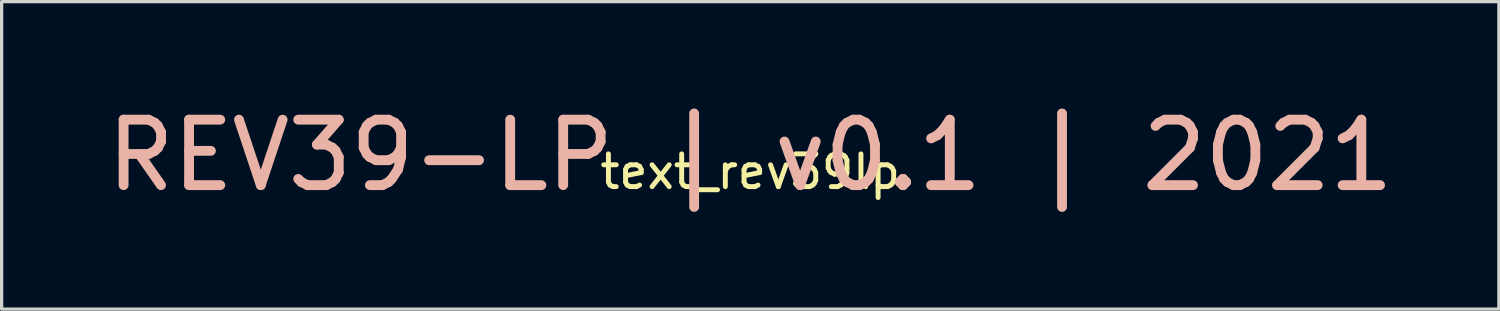
<source format=kicad_pcb>
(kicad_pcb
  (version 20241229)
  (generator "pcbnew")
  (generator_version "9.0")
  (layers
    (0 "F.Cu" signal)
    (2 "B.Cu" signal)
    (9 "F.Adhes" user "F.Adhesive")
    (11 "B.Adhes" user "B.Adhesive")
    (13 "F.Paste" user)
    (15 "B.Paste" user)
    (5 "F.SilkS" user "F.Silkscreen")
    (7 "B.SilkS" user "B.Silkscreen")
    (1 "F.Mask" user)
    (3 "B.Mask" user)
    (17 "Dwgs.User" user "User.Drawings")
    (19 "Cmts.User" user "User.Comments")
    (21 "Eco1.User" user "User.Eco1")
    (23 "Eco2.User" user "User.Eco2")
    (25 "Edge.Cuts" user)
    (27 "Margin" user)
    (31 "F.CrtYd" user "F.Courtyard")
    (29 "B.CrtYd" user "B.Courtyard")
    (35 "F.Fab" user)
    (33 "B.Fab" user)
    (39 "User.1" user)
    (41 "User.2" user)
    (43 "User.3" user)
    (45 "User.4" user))
  (footprint "text_rev39lp"
    (layer "F.Cu")
    (at 19.869 1.696)
    (property "Reference" "text_rev39lp" (at 0 0.5 0) (layer "F.SilkS") (effects (font (size 1 1) (thickness 0.15))))
    (attr through_hole)
    (fp_text user "REV39-LP | v0.1 | 2021" (at 0 0 0) (layer "B.SilkS") (effects (font (size 2 2) (thickness 0.3)))))
  (gr_rect
    (start -3 -3)
    (end 42.738 6.393)
    (stroke (width 0.1) (type default))
    (fill no)
    (layer "Edge.Cuts")))
</source>
